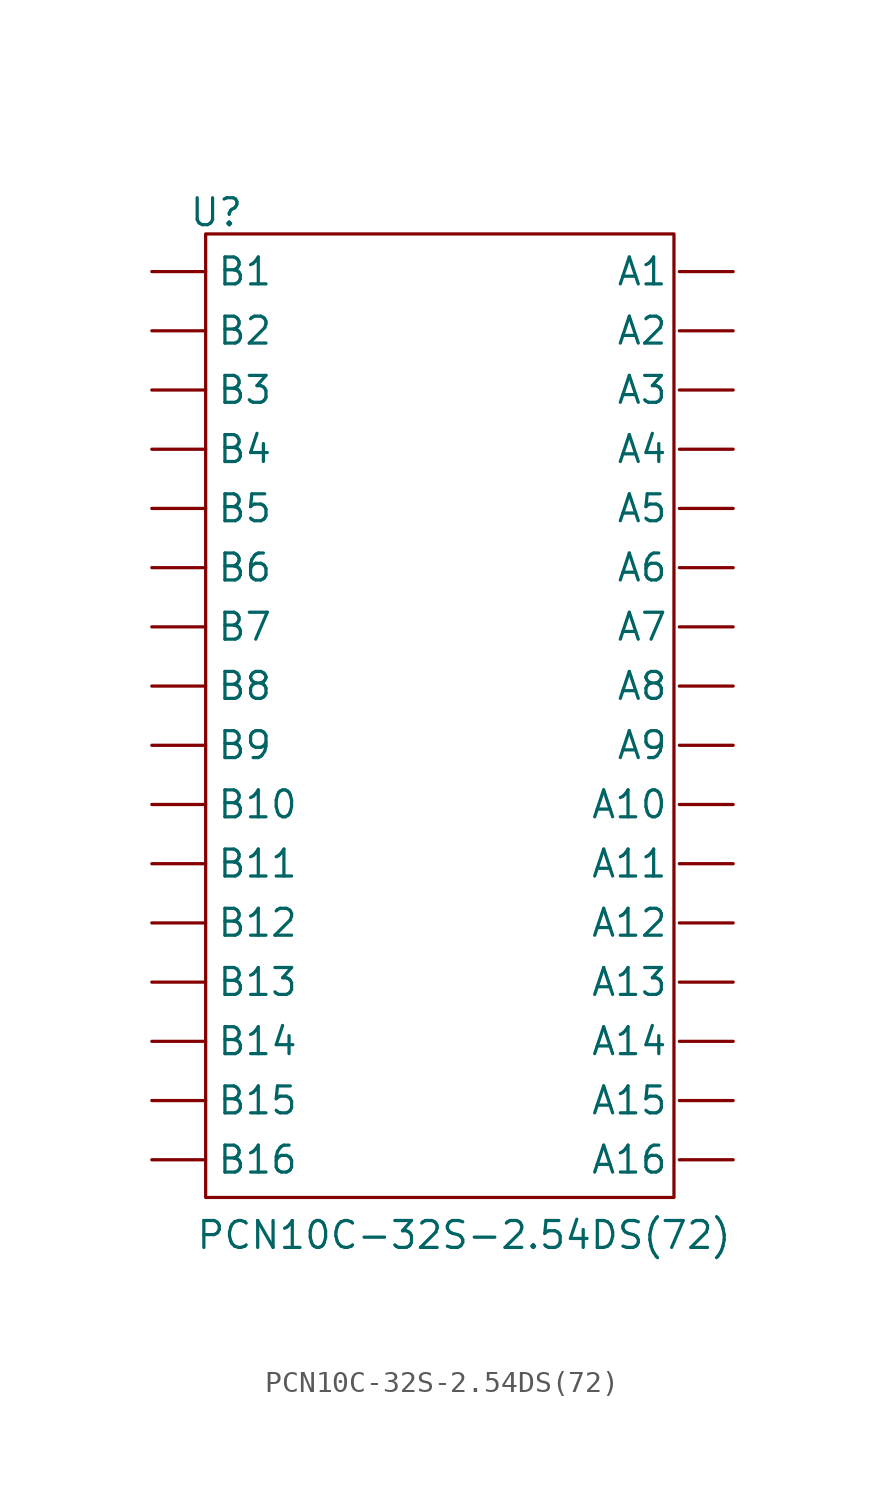
<source format=kicad_sym>
(kicad_symbol_lib
  (version 20220914)
  (generator kicad_symbol_editor)
  (symbol "PCN10C-32S-2.54DS(72)"
    (property "Reference" "U"
      (at -11.176 23.368 0)
      (effects (font (size 1.27 1.27))))
    (property "Value" "PCN10C-32S-2.54DS(72)"
      (at 0.508 -24.892 0)
      (effects (font (size 1.27 1.27))))
    (symbol "PCN10C-32S-2.54DS(72)_0_1"
      (rectangle (start -11.684 22.352) (end 10.414 -23.114) (stroke (width 0) (type default)) (fill (type none))))
    (symbol "PCN10C-32S-2.54DS(72)_1_1"
      (pin passive line (at 13.208 20.574 180) (length 2.54) (name "A1" (effects (font (size 1.27 1.27)))) (number "" (effects (font (size 1.27 1.27)))))
      (pin passive line (at 13.208 -4.572 180) (length 2.54) (name "A10" (effects (font (size 1.27 1.27)))) (number "" (effects (font (size 1.27 1.27)))))
      (pin passive line (at 13.208 -7.366 180) (length 2.54) (name "A11" (effects (font (size 1.27 1.27)))) (number "" (effects (font (size 1.27 1.27)))))
      (pin passive line (at 13.208 -10.16 180) (length 2.54) (name "A12" (effects (font (size 1.27 1.27)))) (number "" (effects (font (size 1.27 1.27)))))
      (pin passive line (at 13.208 -12.954 180) (length 2.54) (name "A13" (effects (font (size 1.27 1.27)))) (number "" (effects (font (size 1.27 1.27)))))
      (pin passive line (at 13.208 -15.748 180) (length 2.54) (name "A14" (effects (font (size 1.27 1.27)))) (number "" (effects (font (size 1.27 1.27)))))
      (pin passive line (at 13.208 -18.542 180) (length 2.54) (name "A15" (effects (font (size 1.27 1.27)))) (number "" (effects (font (size 1.27 1.27)))))
      (pin passive line (at 13.208 -21.336 180) (length 2.54) (name "A16" (effects (font (size 1.27 1.27)))) (number "" (effects (font (size 1.27 1.27)))))
      (pin passive line (at 13.208 17.78 180) (length 2.54) (name "A2" (effects (font (size 1.27 1.27)))) (number "" (effects (font (size 1.27 1.27)))))
      (pin passive line (at 13.208 14.986 180) (length 2.54) (name "A3" (effects (font (size 1.27 1.27)))) (number "" (effects (font (size 1.27 1.27)))))
      (pin passive line (at 13.208 12.192 180) (length 2.54) (name "A4" (effects (font (size 1.27 1.27)))) (number "" (effects (font (size 1.27 1.27)))))
      (pin passive line (at 13.208 9.398 180) (length 2.54) (name "A5" (effects (font (size 1.27 1.27)))) (number "" (effects (font (size 1.27 1.27)))))
      (pin passive line (at 13.208 6.604 180) (length 2.54) (name "A6" (effects (font (size 1.27 1.27)))) (number "" (effects (font (size 1.27 1.27)))))
      (pin passive line (at 13.208 3.81 180) (length 2.54) (name "A7" (effects (font (size 1.27 1.27)))) (number "" (effects (font (size 1.27 1.27)))))
      (pin passive line (at 13.208 1.016 180) (length 2.54) (name "A8" (effects (font (size 1.27 1.27)))) (number "" (effects (font (size 1.27 1.27)))))
      (pin passive line (at 13.208 -1.778 180) (length 2.54) (name "A9" (effects (font (size 1.27 1.27)))) (number "" (effects (font (size 1.27 1.27)))))
      (pin passive line (at -14.224 20.574 0) (length 2.54) (name "B1" (effects (font (size 1.27 1.27)))) (number "" (effects (font (size 1.27 1.27)))))
      (pin passive line (at -14.224 -4.572 0) (length 2.54) (name "B10" (effects (font (size 1.27 1.27)))) (number "" (effects (font (size 1.27 1.27)))))
      (pin passive line (at -14.224 -7.366 0) (length 2.54) (name "B11" (effects (font (size 1.27 1.27)))) (number "" (effects (font (size 1.27 1.27)))))
      (pin passive line (at -14.224 -10.16 0) (length 2.54) (name "B12" (effects (font (size 1.27 1.27)))) (number "" (effects (font (size 1.27 1.27)))))
      (pin passive line (at -14.224 -12.954 0) (length 2.54) (name "B13" (effects (font (size 1.27 1.27)))) (number "" (effects (font (size 1.27 1.27)))))
      (pin passive line (at -14.224 -15.748 0) (length 2.54) (name "B14" (effects (font (size 1.27 1.27)))) (number "" (effects (font (size 1.27 1.27)))))
      (pin passive line (at -14.224 -18.542 0) (length 2.54) (name "B15" (effects (font (size 1.27 1.27)))) (number "" (effects (font (size 1.27 1.27)))))
      (pin passive line (at -14.224 -21.336 0) (length 2.54) (name "B16" (effects (font (size 1.27 1.27)))) (number "" (effects (font (size 1.27 1.27)))))
      (pin passive line (at -14.224 17.78 0) (length 2.54) (name "B2" (effects (font (size 1.27 1.27)))) (number "" (effects (font (size 1.27 1.27)))))
      (pin passive line (at -14.224 14.986 0) (length 2.54) (name "B3" (effects (font (size 1.27 1.27)))) (number "" (effects (font (size 1.27 1.27)))))
      (pin passive line (at -14.224 12.192 0) (length 2.54) (name "B4" (effects (font (size 1.27 1.27)))) (number "" (effects (font (size 1.27 1.27)))))
      (pin passive line (at -14.224 9.398 0) (length 2.54) (name "B5" (effects (font (size 1.27 1.27)))) (number "" (effects (font (size 1.27 1.27)))))
      (pin passive line (at -14.224 6.604 0) (length 2.54) (name "B6" (effects (font (size 1.27 1.27)))) (number "" (effects (font (size 1.27 1.27)))))
      (pin passive line (at -14.224 3.81 0) (length 2.54) (name "B7" (effects (font (size 1.27 1.27)))) (number "" (effects (font (size 1.27 1.27)))))
      (pin passive line (at -14.224 1.016 0) (length 2.54) (name "B8" (effects (font (size 1.27 1.27)))) (number "" (effects (font (size 1.27 1.27)))))
      (pin passive line (at -14.224 -1.778 0) (length 2.54) (name "B9" (effects (font (size 1.27 1.27)))) (number "" (effects (font (size 1.27 1.27))))))))
</source>
